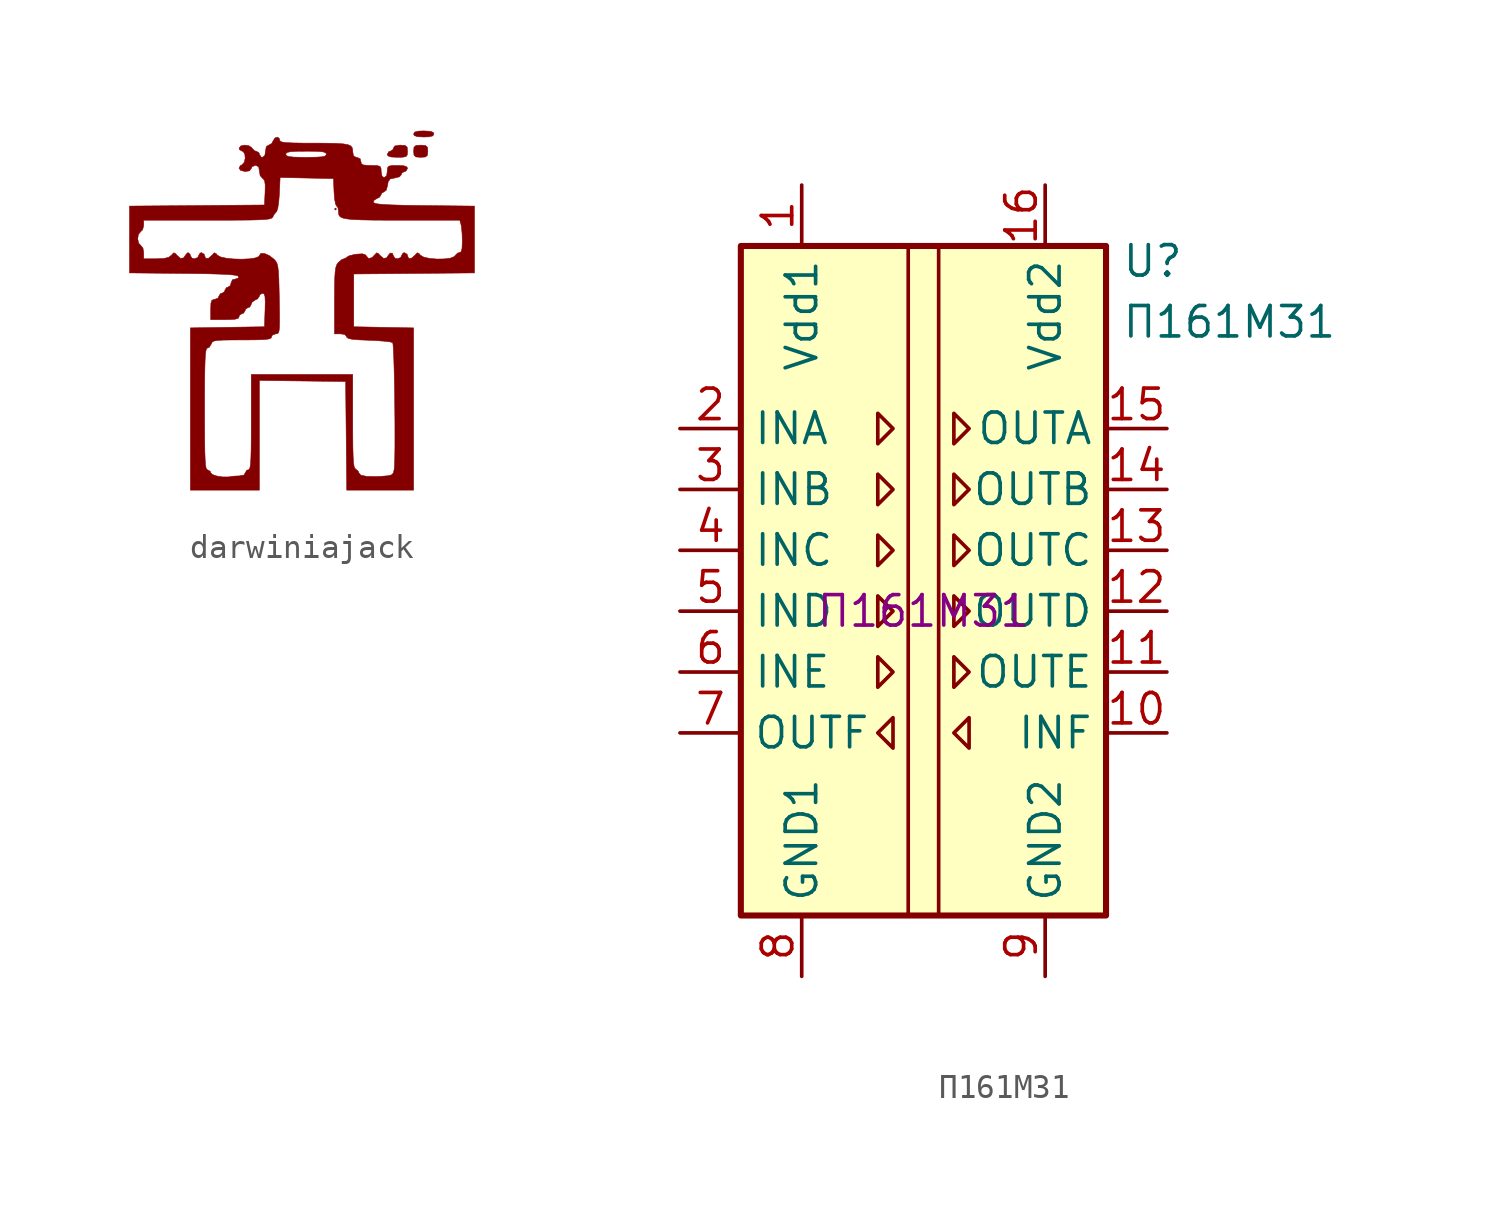
<source format=kicad_sym>
(kicad_symbol_lib
  (version 20220914)
  (generator kicad_symbol_editor)
  (symbol "darwiniajack"
    (pin_names
      (offset 1.016))
    (property "Reference" "#G"
      (at 0 7.832 0)
      (effects (font (size 1.27 1.27)) hide))
    (symbol "darwiniajack_0_0"
      (polyline (pts (xy 1.27 4.36) (xy 1.228 4.403) (xy 1.185 4.36) (xy 1.228 4.318) (xy 1.27 4.36)) (stroke (width 0.01) (type default)) (fill (type outline)))
      (polyline (pts (xy 4.98 6.533) (xy 5.064 6.603) (xy 5.08 6.773) (xy 5.064 6.941) (xy 4.983 7.013) (xy 4.784 7.027) (xy 4.588 7.014) (xy 4.504 6.944) (xy 4.487 6.773) (xy 4.503 6.605) (xy 4.585 6.534) (xy 4.784 6.519) (xy 4.98 6.533)) (stroke (width 0.01) (type default)) (fill (type outline)))
      (polyline (pts (xy 5.132 7.374) (xy 5.289 7.413) (xy 5.334 7.493) (xy 5.307 7.559) (xy 5.177 7.606) (xy 4.911 7.62) (xy 4.69 7.612) (xy 4.533 7.573) (xy 4.487 7.493) (xy 4.514 7.427) (xy 4.644 7.38) (xy 4.911 7.366) (xy 5.132 7.374)) (stroke (width 0.01) (type default)) (fill (type outline)))
      (polyline (pts (xy 4.019 6.522) (xy 4.167 6.548) (xy 4.224 6.623) (xy 4.233 6.773) (xy 4.218 6.941) (xy 4.136 7.013) (xy 3.937 7.027) (xy 3.91 7.027) (xy 3.705 6.994) (xy 3.641 6.9) (xy 3.626 6.841) (xy 3.514 6.773) (xy 3.454 6.759) (xy 3.387 6.646) (xy 3.414 6.58) (xy 3.544 6.533) (xy 3.81 6.519) (xy 4.019 6.522)) (stroke (width 0.01) (type default)) (fill (type outline)))
      (polyline (pts (xy -1.947 -5.078) (xy -1.947 -2.791) (xy -0.148 -2.813) (xy 1.651 -2.836) (xy 1.674 -5.101) (xy 1.696 -7.366) (xy 3.092 -7.366) (xy 4.487 -7.366) (xy 4.487 -3.982) (xy 4.487 -0.597) (xy 3.239 -0.574) (xy 1.99 -0.55) (xy 1.99 0.55) (xy 1.99 1.651) (xy 4.508 1.673) (xy 7.027 1.696) (xy 7.027 3.09) (xy 7.027 4.484) (xy 4.939 4.507) (xy 4.611 4.511) (xy 4.004 4.521) (xy 3.542 4.535) (xy 3.208 4.552) (xy 2.987 4.575) (xy 2.861 4.604) (xy 2.813 4.641) (xy 2.828 4.72) (xy 2.954 4.799) (xy 3.062 4.851) (xy 3.133 4.963) (xy 3.145 5.015) (xy 3.254 5.08) (xy 3.348 5.149) (xy 3.402 5.355) (xy 3.427 5.505) (xy 3.51 5.616) (xy 3.704 5.657) (xy 3.901 5.707) (xy 3.979 5.805) (xy 3.994 5.862) (xy 4.106 5.927) (xy 4.166 5.941) (xy 4.233 6.054) (xy 4.206 6.12) (xy 4.076 6.167) (xy 3.81 6.181) (xy 3.601 6.178) (xy 3.453 6.152) (xy 3.396 6.077) (xy 3.387 5.927) (xy 3.361 5.748) (xy 3.26 5.673) (xy 3.171 5.725) (xy 3.133 5.927) (xy 3.128 6.052) (xy 3.085 6.141) (xy 2.96 6.175) (xy 2.709 6.181) (xy 2.611 6.181) (xy 2.403 6.198) (xy 2.308 6.248) (xy 2.286 6.35) (xy 2.258 6.459) (xy 2.117 6.519) (xy 2.083 6.521) (xy 1.976 6.582) (xy 1.947 6.763) (xy 1.947 6.805) (xy 1.929 6.912) (xy 1.872 6.99) (xy 1.753 7.045) (xy 1.552 7.08) (xy 1.245 7.1) (xy 0.813 7.109) (xy 0.233 7.111) (xy -0.151 7.112) (xy -0.554 7.119) (xy -0.828 7.132) (xy -0.995 7.155) (xy -1.078 7.19) (xy -1.101 7.239) (xy -1.108 7.292) (xy -1.185 7.362) (xy -1.297 7.327) (xy -1.379 7.197) (xy -1.43 7.098) (xy -1.558 7.027) (xy -1.659 6.97) (xy -1.693 6.773) (xy -1.712 6.646) (xy -0.847 6.646) (xy -0.843 6.673) (xy -0.788 6.723) (xy -0.648 6.754) (xy -0.395 6.769) (xy 0 6.773) (xy 0.176 6.773) (xy 0.511 6.765) (xy 0.716 6.744) (xy 0.819 6.705) (xy 0.847 6.646) (xy 0.843 6.62) (xy 0.788 6.57) (xy 0.648 6.539) (xy 0.395 6.524) (xy 0 6.519) (xy -0.176 6.52) (xy -0.511 6.528) (xy -0.716 6.549) (xy -0.819 6.587) (xy -0.847 6.646) (xy -1.712 6.646) (xy -1.72 6.595) (xy -1.82 6.519) (xy -1.879 6.534) (xy -1.947 6.646) (xy -1.963 6.707) (xy -2.077 6.773) (xy -2.142 6.788) (xy -2.255 6.9) (xy -2.269 6.926) (xy -2.393 7.006) (xy -2.569 7.028) (xy -2.726 6.993) (xy -2.794 6.9) (xy -2.779 6.841) (xy -2.667 6.773) (xy -2.632 6.766) (xy -2.558 6.662) (xy -2.539 6.488) (xy -2.575 6.315) (xy -2.667 6.211) (xy -2.741 6.172) (xy -2.799 6.065) (xy -2.725 5.969) (xy -2.54 5.927) (xy -2.362 5.953) (xy -2.286 6.054) (xy -2.255 6.128) (xy -2.117 6.181) (xy -2.082 6.179) (xy -1.976 6.117) (xy -1.947 5.936) (xy -1.916 5.759) (xy -1.816 5.641) (xy -1.795 5.63) (xy -1.731 5.546) (xy -1.705 5.369) (xy -1.71 5.06) (xy -1.736 4.53) (xy -4.551 4.507) (xy -7.366 4.485) (xy -7.366 3.115) (xy -7.024 3.115) (xy -6.996 3.303) (xy -6.9 3.417) (xy -6.818 3.5) (xy -6.773 3.68) (xy -6.773 3.895) (xy -4.104 3.895) (xy -3.397 3.895) (xy -2.795 3.897) (xy -2.328 3.902) (xy -1.979 3.911) (xy -1.73 3.924) (xy -1.563 3.943) (xy -1.46 3.969) (xy -1.405 4.002) (xy -1.379 4.043) (xy -1.34 4.125) (xy -1.235 4.251) (xy -1.222 4.265) (xy -1.177 4.41) (xy -1.139 4.668) (xy -1.113 4.994) (xy -1.083 5.677) (xy 0.03 5.654) (xy 1.143 5.63) (xy 1.168 5.059) (xy 1.168 5.053) (xy 1.192 4.768) (xy 1.23 4.565) (xy 1.274 4.487) (xy 1.33 4.418) (xy 1.355 4.244) (xy 1.356 4.188) (xy 1.374 4.104) (xy 1.425 4.038) (xy 1.527 3.987) (xy 1.696 3.95) (xy 1.95 3.924) (xy 2.305 3.908) (xy 2.779 3.899) (xy 3.388 3.895) (xy 4.149 3.895) (xy 6.415 3.895) (xy 6.466 3.704) (xy 6.486 3.592) (xy 6.509 3.332) (xy 6.518 3.027) (xy 6.518 2.979) (xy 6.506 2.713) (xy 6.466 2.578) (xy 6.39 2.54) (xy 6.324 2.526) (xy 6.211 2.413) (xy 6.186 2.379) (xy 6.024 2.314) (xy 5.766 2.28) (xy 5.462 2.275) (xy 5.161 2.3) (xy 4.914 2.353) (xy 4.772 2.434) (xy 4.719 2.499) (xy 4.639 2.536) (xy 4.542 2.434) (xy 4.402 2.311) (xy 4.283 2.301) (xy 4.233 2.413) (xy 4.219 2.472) (xy 4.106 2.54) (xy 4.047 2.525) (xy 3.979 2.413) (xy 3.948 2.339) (xy 3.81 2.286) (xy 3.711 2.31) (xy 3.641 2.413) (xy 3.605 2.516) (xy 3.508 2.525) (xy 3.417 2.413) (xy 3.363 2.325) (xy 3.235 2.301) (xy 3.079 2.434) (xy 3.025 2.499) (xy 2.946 2.536) (xy 2.848 2.434) (xy 2.756 2.339) (xy 2.613 2.295) (xy 2.512 2.406) (xy 2.485 2.448) (xy 2.355 2.493) (xy 2.101 2.478) (xy 2.004 2.462) (xy 1.801 2.412) (xy 1.708 2.358) (xy 1.694 2.336) (xy 1.578 2.286) (xy 1.476 2.244) (xy 1.331 2.116) (xy 1.282 2.042) (xy 1.24 1.922) (xy 1.213 1.74) (xy 1.196 1.468) (xy 1.188 1.08) (xy 1.185 0.549) (xy 1.185 -0.847) (xy 1.439 -0.847) (xy 1.617 -0.873) (xy 1.693 -0.966) (xy 1.697 -0.986) (xy 1.759 -1.036) (xy 1.916 -1.072) (xy 2.195 -1.097) (xy 2.618 -1.114) (xy 2.93 -1.128) (xy 3.264 -1.153) (xy 3.504 -1.182) (xy 3.613 -1.214) (xy 3.628 -1.292) (xy 3.644 -1.518) (xy 3.66 -1.866) (xy 3.673 -2.31) (xy 3.685 -2.826) (xy 3.695 -3.388) (xy 3.702 -3.971) (xy 3.707 -4.549) (xy 3.708 -5.098) (xy 3.707 -5.592) (xy 3.701 -6.005) (xy 3.692 -6.313) (xy 3.678 -6.49) (xy 3.677 -6.494) (xy 3.644 -6.644) (xy 3.575 -6.726) (xy 3.425 -6.766) (xy 3.151 -6.788) (xy 2.935 -6.799) (xy 2.528 -6.792) (xy 2.283 -6.741) (xy 2.201 -6.646) (xy 2.187 -6.59) (xy 2.074 -6.489) (xy 2.036 -6.456) (xy 2.003 -6.37) (xy 1.98 -6.215) (xy 1.964 -5.968) (xy 1.954 -5.612) (xy 1.949 -5.126) (xy 1.947 -4.49) (xy 1.947 -2.54) (xy -0.169 -2.54) (xy -2.286 -2.54) (xy -2.286 -4.53) (xy -2.286 -4.622) (xy -2.288 -5.24) (xy -2.293 -5.711) (xy -2.303 -6.053) (xy -2.318 -6.286) (xy -2.341 -6.428) (xy -2.372 -6.5) (xy -2.413 -6.519) (xy -2.472 -6.534) (xy -2.54 -6.646) (xy -2.591 -6.735) (xy -2.787 -6.773) (xy -2.982 -6.78) (xy -3.147 -6.8) (xy -3.237 -6.815) (xy -3.476 -6.815) (xy -3.717 -6.779) (xy -3.904 -6.718) (xy -3.979 -6.641) (xy -3.994 -6.585) (xy -4.106 -6.519) (xy -4.111 -6.519) (xy -4.147 -6.496) (xy -4.175 -6.423) (xy -4.196 -6.282) (xy -4.212 -6.058) (xy -4.223 -5.733) (xy -4.229 -5.289) (xy -4.232 -4.71) (xy -4.233 -3.979) (xy -4.233 -3.447) (xy -4.23 -2.816) (xy -4.223 -2.328) (xy -4.213 -1.964) (xy -4.198 -1.71) (xy -4.177 -1.549) (xy -4.15 -1.464) (xy -4.116 -1.439) (xy -4.04 -1.408) (xy -3.955 -1.27) (xy -3.95 -1.254) (xy -3.919 -1.192) (xy -3.85 -1.15) (xy -3.718 -1.123) (xy -3.495 -1.108) (xy -3.157 -1.102) (xy -2.675 -1.101) (xy -2.419 -1.1) (xy -2.003 -1.095) (xy -1.72 -1.082) (xy -1.548 -1.059) (xy -1.463 -1.024) (xy -1.439 -0.974) (xy -1.407 -0.898) (xy -1.264 -0.847) (xy -1.262 -0.847) (xy -1.2 -0.84) (xy -1.155 -0.806) (xy -1.126 -0.719) (xy -1.11 -0.558) (xy -1.105 -0.297) (xy -1.107 0.086) (xy -1.116 0.614) (xy -1.125 1.028) (xy -1.136 1.451) (xy -1.153 1.752) (xy -1.177 1.956) (xy -1.212 2.092) (xy -1.263 2.185) (xy -1.331 2.263) (xy -1.338 2.27) (xy -1.539 2.423) (xy -1.737 2.507) (xy -1.887 2.511) (xy -1.947 2.422) (xy -1.969 2.381) (xy -2.117 2.321) (xy -2.368 2.284) (xy -2.681 2.269) (xy -3.012 2.278) (xy -3.319 2.308) (xy -3.561 2.36) (xy -3.695 2.434) (xy -3.748 2.499) (xy -3.827 2.536) (xy -3.925 2.434) (xy -4.064 2.311) (xy -4.184 2.301) (xy -4.233 2.413) (xy -4.248 2.472) (xy -4.36 2.54) (xy -4.42 2.525) (xy -4.487 2.413) (xy -4.519 2.339) (xy -4.657 2.286) (xy -4.755 2.31) (xy -4.826 2.413) (xy -4.836 2.471) (xy -4.913 2.54) (xy -4.96 2.525) (xy -5.049 2.413) (xy -5.104 2.325) (xy -5.232 2.301) (xy -5.388 2.434) (xy -5.441 2.499) (xy -5.521 2.536) (xy -5.619 2.434) (xy -5.729 2.348) (xy -5.928 2.3) (xy -6.253 2.286) (xy -6.773 2.286) (xy -6.773 2.543) (xy -6.805 2.731) (xy -6.9 2.848) (xy -6.984 2.935) (xy -7.024 3.115) (xy -7.366 3.115) (xy -7.366 3.091) (xy -7.366 1.696) (xy -5.108 1.673) (xy -4.787 1.67) (xy -4.134 1.66) (xy -3.631 1.646) (xy -3.262 1.629) (xy -3.012 1.607) (xy -2.868 1.579) (xy -2.815 1.545) (xy -2.827 1.48) (xy -2.956 1.439) (xy -3.074 1.41) (xy -3.133 1.27) (xy -3.156 1.171) (xy -3.26 1.101) (xy -3.319 1.086) (xy -3.387 0.974) (xy -3.401 0.914) (xy -3.514 0.847) (xy -3.573 0.832) (xy -3.641 0.72) (xy -3.672 0.646) (xy -3.81 0.593) (xy -3.849 0.591) (xy -3.933 0.55) (xy -3.97 0.423) (xy -3.979 0.169) (xy -3.979 -0.254) (xy -3.387 -0.254) (xy -3.201 -0.252) (xy -2.954 -0.235) (xy -2.829 -0.196) (xy -2.794 -0.127) (xy -2.779 -0.068) (xy -2.667 0) (xy -2.608 0.015) (xy -2.54 0.127) (xy -2.525 0.186) (xy -2.413 0.254) (xy -2.35 0.272) (xy -2.286 0.389) (xy -2.254 0.475) (xy -2.117 0.568) (xy -2.018 0.616) (xy -1.947 0.73) (xy -1.931 0.785) (xy -1.817 0.847) (xy -1.811 0.847) (xy -1.749 0.816) (xy -1.715 0.71) (xy -1.704 0.498) (xy -1.711 0.148) (xy -1.736 -0.55) (xy -3.281 -0.573) (xy -4.826 -0.597) (xy -4.826 -3.981) (xy -4.826 -7.366) (xy -3.387 -7.366) (xy -1.947 -7.366) (xy -1.947 -5.078)) (stroke (width 0.01) (type default)) (fill (type outline)))))
  (symbol "Π161M31"
    (property "Reference" "U"
      (at 8.255 14.605 0)
      (effects (font (size 1.27 1.27)) (justify left)))
    (property "Value" "Π161M31"
      (at 8.255 12.065 0)
      (effects (font (size 1.27 1.27)) (justify left)))
    (property "manuf#" "Π161M31"
      (at 0 0 0)
      (effects (font (size 1.27 1.27))))
    (symbol "Π161M31_0_1"
      (rectangle (start -7.62 15.24) (end 7.62 -12.7) (stroke (width 0.254) (type default)) (fill (type background)))
      (polyline (pts (xy -0.635 15.24) (xy -0.635 -12.7)) (stroke (width 0) (type default)) (fill (type none)))
      (polyline (pts (xy 0.635 15.24) (xy 0.635 -12.7)) (stroke (width 0) (type default)) (fill (type none)))
      (polyline (pts (xy -1.905 8.255) (xy -1.27 7.62) (xy -1.905 6.985) (xy -1.905 8.255)) (stroke (width 0) (type default)) (fill (type none)))
      (polyline (pts (xy 1.27 8.255) (xy 1.905 7.62) (xy 1.27 6.985) (xy 1.27 8.255)) (stroke (width 0) (type default)) (fill (type none))))
    (symbol "Π161M31_1_1"
      (polyline (pts (xy -1.905 -1.905) (xy -1.27 -2.54) (xy -1.905 -3.175) (xy -1.905 -1.905)) (stroke (width 0) (type default)) (fill (type none)))
      (polyline (pts (xy -1.905 0.635) (xy -1.27 0) (xy -1.905 -0.635) (xy -1.905 0.635)) (stroke (width 0) (type default)) (fill (type none)))
      (polyline (pts (xy -1.905 3.175) (xy -1.27 2.54) (xy -1.905 1.905) (xy -1.905 3.175)) (stroke (width 0) (type default)) (fill (type none)))
      (polyline (pts (xy -1.905 5.715) (xy -1.27 5.08) (xy -1.905 4.445) (xy -1.905 5.715)) (stroke (width 0) (type default)) (fill (type none)))
      (polyline (pts (xy -1.27 -4.445) (xy -1.905 -5.08) (xy -1.27 -5.715) (xy -1.27 -4.445)) (stroke (width 0) (type default)) (fill (type none)))
      (polyline (pts (xy 1.27 -1.905) (xy 1.905 -2.54) (xy 1.27 -3.175) (xy 1.27 -1.905)) (stroke (width 0) (type default)) (fill (type none)))
      (polyline (pts (xy 1.27 0.635) (xy 1.905 0) (xy 1.27 -0.635) (xy 1.27 0.635)) (stroke (width 0) (type default)) (fill (type none)))
      (polyline (pts (xy 1.27 3.175) (xy 1.905 2.54) (xy 1.27 1.905) (xy 1.27 3.175)) (stroke (width 0) (type default)) (fill (type none)))
      (polyline (pts (xy 1.27 5.715) (xy 1.905 5.08) (xy 1.27 4.445) (xy 1.27 5.715)) (stroke (width 0) (type default)) (fill (type none)))
      (polyline (pts (xy 1.905 -4.445) (xy 1.27 -5.08) (xy 1.905 -5.715) (xy 1.905 -4.445)) (stroke (width 0) (type default)) (fill (type none)))
      (pin power_in line (at -5.08 17.78 270) (length 2.54) (name "Vdd1" (effects (font (size 1.27 1.27)))) (number "1" (effects (font (size 1.27 1.27)))))
      (pin input line (at 10.16 -5.08 180) (length 2.54) (name "INF" (effects (font (size 1.27 1.27)))) (number "10" (effects (font (size 1.27 1.27)))))
      (pin output line (at 10.16 -2.54 180) (length 2.54) (name "OUTE" (effects (font (size 1.27 1.27)))) (number "11" (effects (font (size 1.27 1.27)))))
      (pin output line (at 10.16 0 180) (length 2.54) (name "OUTD" (effects (font (size 1.27 1.27)))) (number "12" (effects (font (size 1.27 1.27)))))
      (pin output line (at 10.16 2.54 180) (length 2.54) (name "OUTC" (effects (font (size 1.27 1.27)))) (number "13" (effects (font (size 1.27 1.27)))))
      (pin output line (at 10.16 5.08 180) (length 2.54) (name "OUTB" (effects (font (size 1.27 1.27)))) (number "14" (effects (font (size 1.27 1.27)))))
      (pin output line (at 10.16 7.62 180) (length 2.54) (name "OUTA" (effects (font (size 1.27 1.27)))) (number "15" (effects (font (size 1.27 1.27)))))
      (pin power_in line (at 5.08 17.78 270) (length 2.54) (name "Vdd2" (effects (font (size 1.27 1.27)))) (number "16" (effects (font (size 1.27 1.27)))))
      (pin input line (at -10.16 7.62 0) (length 2.54) (name "INA" (effects (font (size 1.27 1.27)))) (number "2" (effects (font (size 1.27 1.27)))))
      (pin input line (at -10.16 5.08 0) (length 2.54) (name "INB" (effects (font (size 1.27 1.27)))) (number "3" (effects (font (size 1.27 1.27)))))
      (pin input line (at -10.16 2.54 0) (length 2.54) (name "INC" (effects (font (size 1.27 1.27)))) (number "4" (effects (font (size 1.27 1.27)))))
      (pin input line (at -10.16 0 0) (length 2.54) (name "IND" (effects (font (size 1.27 1.27)))) (number "5" (effects (font (size 1.27 1.27)))))
      (pin input line (at -10.16 -2.54 0) (length 2.54) (name "INE" (effects (font (size 1.27 1.27)))) (number "6" (effects (font (size 1.27 1.27)))))
      (pin output line (at -10.16 -5.08 0) (length 2.54) (name "OUTF" (effects (font (size 1.27 1.27)))) (number "7" (effects (font (size 1.27 1.27)))))
      (pin power_in line (at -5.08 -15.24 90) (length 2.54) (name "GND1" (effects (font (size 1.27 1.27)))) (number "8" (effects (font (size 1.27 1.27)))))
      (pin power_in line (at 5.08 -15.24 90) (length 2.54) (name "GND2" (effects (font (size 1.27 1.27)))) (number "9" (effects (font (size 1.27 1.27))))))))
</source>
